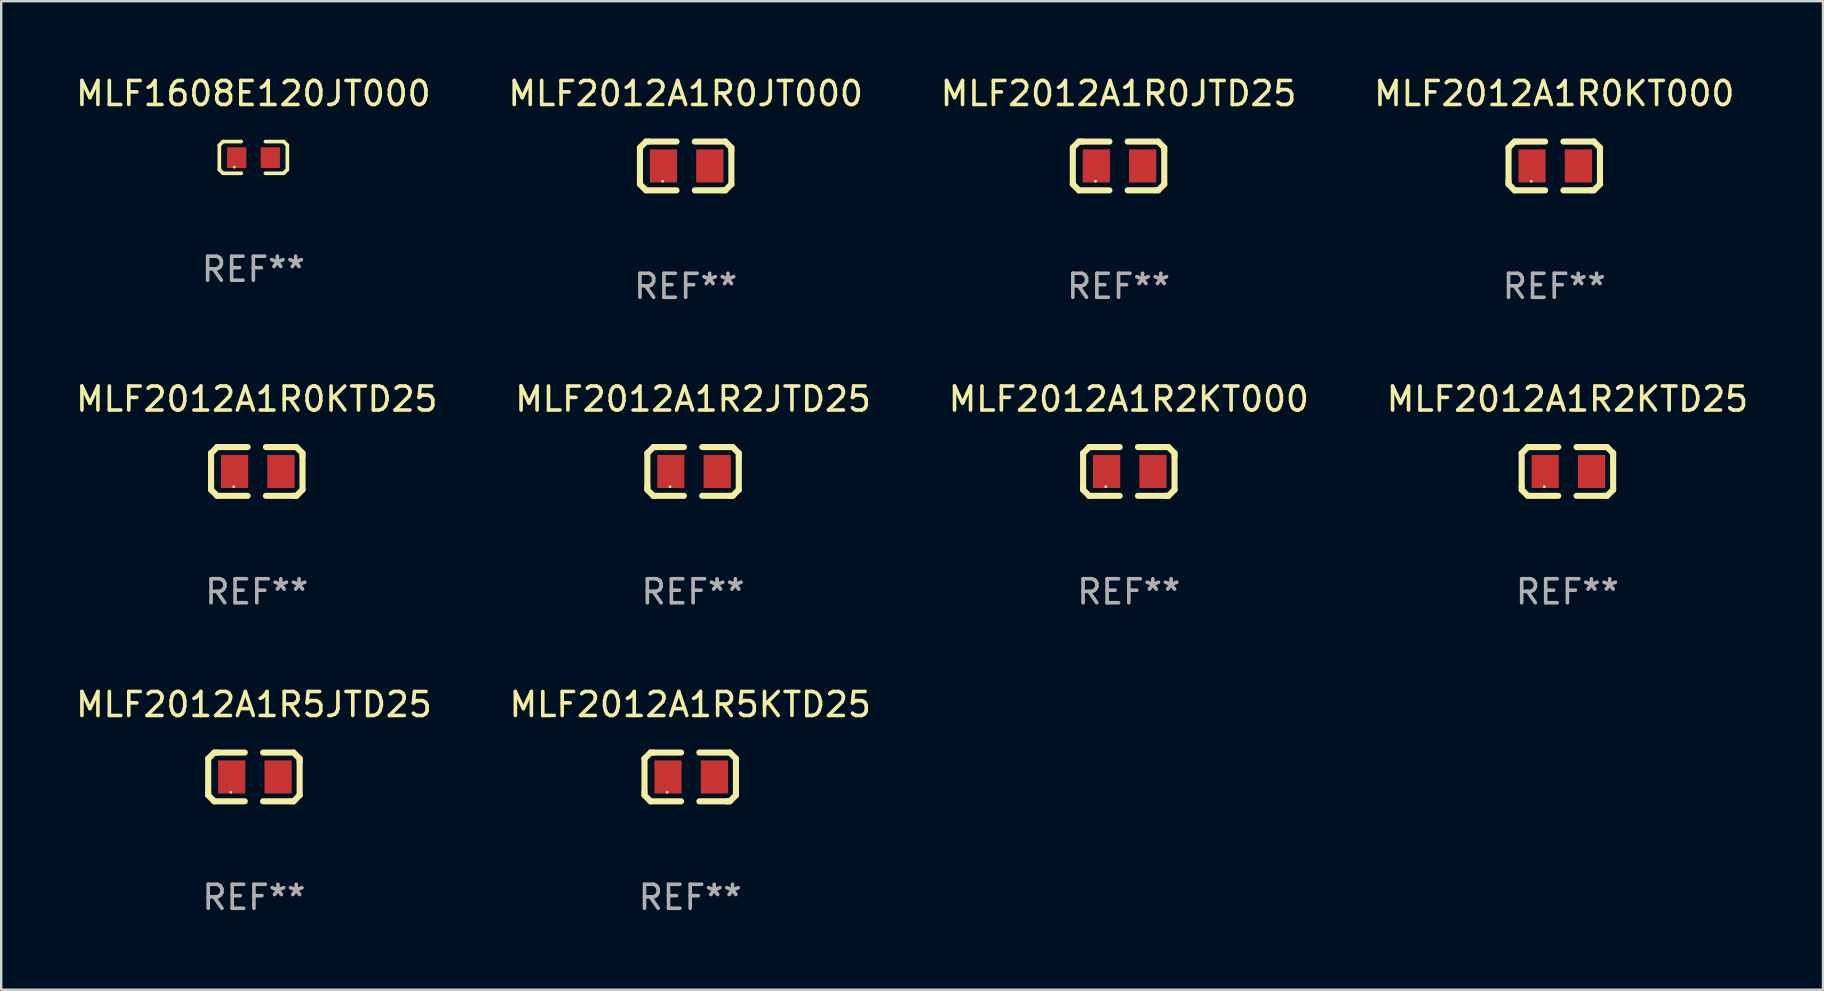
<source format=kicad_pcb>
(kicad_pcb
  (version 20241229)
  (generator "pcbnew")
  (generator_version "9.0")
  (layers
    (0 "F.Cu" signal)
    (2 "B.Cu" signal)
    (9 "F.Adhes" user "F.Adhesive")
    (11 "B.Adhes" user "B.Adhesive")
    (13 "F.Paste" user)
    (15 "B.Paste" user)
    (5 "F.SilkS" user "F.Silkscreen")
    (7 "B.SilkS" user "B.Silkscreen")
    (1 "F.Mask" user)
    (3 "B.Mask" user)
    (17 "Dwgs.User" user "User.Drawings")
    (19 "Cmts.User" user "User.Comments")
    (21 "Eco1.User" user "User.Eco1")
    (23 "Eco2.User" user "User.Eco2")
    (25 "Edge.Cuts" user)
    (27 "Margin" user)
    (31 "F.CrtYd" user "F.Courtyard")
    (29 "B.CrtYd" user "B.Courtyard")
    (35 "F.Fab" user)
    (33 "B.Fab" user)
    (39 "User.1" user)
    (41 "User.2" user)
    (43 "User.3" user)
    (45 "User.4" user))
  (footprint "MLF1608E120JT000"
    (layer "F.Cu")
    (at 7.506 3.509)
    (property "Reference" "MLF1608E120JT000" (at 0 -2.661 0) (layer "F.SilkS") (effects (font (size 1 1) (thickness 0.15))))
    (attr through_hole)
    (fp_line (start -1.417 -0.508) (end -1.265 -0.661) (stroke (width 0.152) (type solid)) (layer "F.SilkS"))
    (fp_line (start -1.417 0.508) (end -1.417 -0.508) (stroke (width 0.152) (type solid)) (layer "F.SilkS"))
    (fp_line (start -1.265 -0.661) (end -0.503 -0.661) (stroke (width 0.152) (type solid)) (layer "F.SilkS"))
    (fp_line (start -1.265 0.661) (end -1.417 0.508) (stroke (width 0.152) (type solid)) (layer "F.SilkS"))
    (fp_line (start -1.265 0.661) (end -0.503 0.661) (stroke (width 0.152) (type solid)) (layer "F.SilkS"))
    (fp_line (start 1.265 -0.661) (end 0.503 -0.661) (stroke (width 0.152) (type solid)) (layer "F.SilkS"))
    (fp_line (start 1.265 -0.661) (end 1.417 -0.508) (stroke (width 0.152) (type solid)) (layer "F.SilkS"))
    (fp_line (start 1.265 0.661) (end 0.503 0.661) (stroke (width 0.152) (type solid)) (layer "F.SilkS"))
    (fp_line (start 1.417 -0.508) (end 1.417 0.508) (stroke (width 0.152) (type solid)) (layer "F.SilkS"))
    (fp_line (start 1.417 0.508) (end 1.265 0.661) (stroke (width 0.152) (type solid)) (layer "F.SilkS"))
    (fp_circle (center -0.793 0.409) (end -0.763 0.409) (stroke (width 0.06) (type solid)) (fill no) (layer "F.SilkS"))
    (fp_text user "REF**" (at 0 4.661 0) (layer "F.Fab") (effects (font (size 1 1) (thickness 0.15))))
    (pad "1" smd rect (at -0.693 0.009 180) (size 0.8 0.864) (layers "F.Cu" "F.Mask" "F.Paste"))
    (pad "2" smd rect (at 0.707 0.009 180) (size 0.8 0.864) (layers "F.Cu" "F.Mask" "F.Paste")))
  (footprint "MLF2012A1R5JTD25"
    (layer "F.Cu")
    (at 7.53 29.321)
    (property "Reference" "MLF2012A1R5JTD25" (at 0 -3.016 0) (layer "F.SilkS") (effects (font (size 1 1) (thickness 0.15))))
    (attr through_hole)
    (fp_line (start -1.905 -0.762) (end -1.905 0.635) (stroke (width 0.254) (type solid)) (layer "F.SilkS"))
    (fp_line (start -1.905 0.635) (end -1.905 0.762) (stroke (width 0.254) (type solid)) (layer "F.SilkS"))
    (fp_line (start -1.905 0.762) (end -1.651 1.016) (stroke (width 0.254) (type solid)) (layer "F.SilkS"))
    (fp_line (start -1.651 -1.016) (end -1.905 -0.762) (stroke (width 0.254) (type solid)) (layer "F.SilkS"))
    (fp_line (start -1.651 1.016) (end -0.381 1.016) (stroke (width 0.254) (type solid)) (layer "F.SilkS"))
    (fp_line (start -1.524 -1.016) (end -1.651 -1.016) (stroke (width 0.254) (type solid)) (layer "F.SilkS"))
    (fp_line (start -0.381 -1.016) (end -1.524 -1.016) (stroke (width 0.254) (type solid)) (layer "F.SilkS"))
    (fp_line (start 0.381 1.016) (end 1.524 1.016) (stroke (width 0.254) (type solid)) (layer "F.SilkS"))
    (fp_line (start 1.524 1.016) (end 1.651 1.016) (stroke (width 0.254) (type solid)) (layer "F.SilkS"))
    (fp_line (start 1.651 -1.016) (end 0.381 -1.016) (stroke (width 0.254) (type solid)) (layer "F.SilkS"))
    (fp_line (start 1.651 1.016) (end 1.905 0.762) (stroke (width 0.254) (type solid)) (layer "F.SilkS"))
    (fp_line (start 1.905 -0.762) (end 1.651 -1.016) (stroke (width 0.254) (type solid)) (layer "F.SilkS"))
    (fp_line (start 1.905 -0.635) (end 1.905 -0.762) (stroke (width 0.254) (type solid)) (layer "F.SilkS"))
    (fp_line (start 1.905 0.762) (end 1.905 -0.635) (stroke (width 0.254) (type solid)) (layer "F.SilkS"))
    (fp_circle (center -0.96 0.637) (end -0.93 0.637) (stroke (width 0.06) (type solid)) (fill no) (layer "F.SilkS"))
    (fp_text user "REF**" (at 0 5.016 0) (layer "F.Fab") (effects (font (size 1 1) (thickness 0.15))))
    (pad "1" smd rect (at -0.926 -0.000051) (size 1.133 1.377) (layers "F.Cu" "F.Mask" "F.Paste"))
    (pad "2" smd rect (at 1.006 -0.000051) (size 1.133 1.377) (layers "F.Cu" "F.Mask" "F.Paste")))
  (footprint "MLF2012A1R0JTD25"
    (layer "F.Cu")
    (at 43.554 3.864)
    (property "Reference" "MLF2012A1R0JTD25" (at 0 -3.016 0) (layer "F.SilkS") (effects (font (size 1 1) (thickness 0.15))))
    (attr through_hole)
    (fp_line (start -1.905 -0.762) (end -1.905 0.635) (stroke (width 0.254) (type solid)) (layer "F.SilkS"))
    (fp_line (start -1.905 0.635) (end -1.905 0.762) (stroke (width 0.254) (type solid)) (layer "F.SilkS"))
    (fp_line (start -1.905 0.762) (end -1.651 1.016) (stroke (width 0.254) (type solid)) (layer "F.SilkS"))
    (fp_line (start -1.651 -1.016) (end -1.905 -0.762) (stroke (width 0.254) (type solid)) (layer "F.SilkS"))
    (fp_line (start -1.651 1.016) (end -0.381 1.016) (stroke (width 0.254) (type solid)) (layer "F.SilkS"))
    (fp_line (start -1.524 -1.016) (end -1.651 -1.016) (stroke (width 0.254) (type solid)) (layer "F.SilkS"))
    (fp_line (start -0.381 -1.016) (end -1.524 -1.016) (stroke (width 0.254) (type solid)) (layer "F.SilkS"))
    (fp_line (start 0.381 1.016) (end 1.524 1.016) (stroke (width 0.254) (type solid)) (layer "F.SilkS"))
    (fp_line (start 1.524 1.016) (end 1.651 1.016) (stroke (width 0.254) (type solid)) (layer "F.SilkS"))
    (fp_line (start 1.651 -1.016) (end 0.381 -1.016) (stroke (width 0.254) (type solid)) (layer "F.SilkS"))
    (fp_line (start 1.651 1.016) (end 1.905 0.762) (stroke (width 0.254) (type solid)) (layer "F.SilkS"))
    (fp_line (start 1.905 -0.762) (end 1.651 -1.016) (stroke (width 0.254) (type solid)) (layer "F.SilkS"))
    (fp_line (start 1.905 -0.635) (end 1.905 -0.762) (stroke (width 0.254) (type solid)) (layer "F.SilkS"))
    (fp_line (start 1.905 0.762) (end 1.905 -0.635) (stroke (width 0.254) (type solid)) (layer "F.SilkS"))
    (fp_circle (center -0.96 0.637) (end -0.93 0.637) (stroke (width 0.06) (type solid)) (fill no) (layer "F.SilkS"))
    (fp_text user "REF**" (at 0 5.016 0) (layer "F.Fab") (effects (font (size 1 1) (thickness 0.15))))
    (pad "1" smd rect (at -0.926 -0.000051) (size 1.133 1.377) (layers "F.Cu" "F.Mask" "F.Paste"))
    (pad "2" smd rect (at 1.006 -0.000051) (size 1.133 1.377) (layers "F.Cu" "F.Mask" "F.Paste")))
  (footprint "MLF2012A1R2KTD25"
    (layer "F.Cu")
    (at 62.256 16.593)
    (property "Reference" "MLF2012A1R2KTD25" (at 0 -3.016 0) (layer "F.SilkS") (effects (font (size 1 1) (thickness 0.15))))
    (attr through_hole)
    (fp_line (start -1.905 -0.762) (end -1.905 0.635) (stroke (width 0.254) (type solid)) (layer "F.SilkS"))
    (fp_line (start -1.905 0.635) (end -1.905 0.762) (stroke (width 0.254) (type solid)) (layer "F.SilkS"))
    (fp_line (start -1.905 0.762) (end -1.651 1.016) (stroke (width 0.254) (type solid)) (layer "F.SilkS"))
    (fp_line (start -1.651 -1.016) (end -1.905 -0.762) (stroke (width 0.254) (type solid)) (layer "F.SilkS"))
    (fp_line (start -1.651 1.016) (end -0.381 1.016) (stroke (width 0.254) (type solid)) (layer "F.SilkS"))
    (fp_line (start -1.524 -1.016) (end -1.651 -1.016) (stroke (width 0.254) (type solid)) (layer "F.SilkS"))
    (fp_line (start -0.381 -1.016) (end -1.524 -1.016) (stroke (width 0.254) (type solid)) (layer "F.SilkS"))
    (fp_line (start 0.381 1.016) (end 1.524 1.016) (stroke (width 0.254) (type solid)) (layer "F.SilkS"))
    (fp_line (start 1.524 1.016) (end 1.651 1.016) (stroke (width 0.254) (type solid)) (layer "F.SilkS"))
    (fp_line (start 1.651 -1.016) (end 0.381 -1.016) (stroke (width 0.254) (type solid)) (layer "F.SilkS"))
    (fp_line (start 1.651 1.016) (end 1.905 0.762) (stroke (width 0.254) (type solid)) (layer "F.SilkS"))
    (fp_line (start 1.905 -0.762) (end 1.651 -1.016) (stroke (width 0.254) (type solid)) (layer "F.SilkS"))
    (fp_line (start 1.905 -0.635) (end 1.905 -0.762) (stroke (width 0.254) (type solid)) (layer "F.SilkS"))
    (fp_line (start 1.905 0.762) (end 1.905 -0.635) (stroke (width 0.254) (type solid)) (layer "F.SilkS"))
    (fp_circle (center -0.96 0.637) (end -0.93 0.637) (stroke (width 0.06) (type solid)) (fill no) (layer "F.SilkS"))
    (fp_text user "REF**" (at 0 5.016 0) (layer "F.Fab") (effects (font (size 1 1) (thickness 0.15))))
    (pad "1" smd rect (at -0.926 -0.000051) (size 1.133 1.377) (layers "F.Cu" "F.Mask" "F.Paste"))
    (pad "2" smd rect (at 1.006 -0.000051) (size 1.133 1.377) (layers "F.Cu" "F.Mask" "F.Paste")))
  (footprint "MLF2012A1R2JTD25"
    (layer "F.Cu")
    (at 25.827 16.593)
    (property "Reference" "MLF2012A1R2JTD25" (at 0 -3.016 0) (layer "F.SilkS") (effects (font (size 1 1) (thickness 0.15))))
    (attr through_hole)
    (fp_line (start -1.905 -0.762) (end -1.905 0.635) (stroke (width 0.254) (type solid)) (layer "F.SilkS"))
    (fp_line (start -1.905 0.635) (end -1.905 0.762) (stroke (width 0.254) (type solid)) (layer "F.SilkS"))
    (fp_line (start -1.905 0.762) (end -1.651 1.016) (stroke (width 0.254) (type solid)) (layer "F.SilkS"))
    (fp_line (start -1.651 -1.016) (end -1.905 -0.762) (stroke (width 0.254) (type solid)) (layer "F.SilkS"))
    (fp_line (start -1.651 1.016) (end -0.381 1.016) (stroke (width 0.254) (type solid)) (layer "F.SilkS"))
    (fp_line (start -1.524 -1.016) (end -1.651 -1.016) (stroke (width 0.254) (type solid)) (layer "F.SilkS"))
    (fp_line (start -0.381 -1.016) (end -1.524 -1.016) (stroke (width 0.254) (type solid)) (layer "F.SilkS"))
    (fp_line (start 0.381 1.016) (end 1.524 1.016) (stroke (width 0.254) (type solid)) (layer "F.SilkS"))
    (fp_line (start 1.524 1.016) (end 1.651 1.016) (stroke (width 0.254) (type solid)) (layer "F.SilkS"))
    (fp_line (start 1.651 -1.016) (end 0.381 -1.016) (stroke (width 0.254) (type solid)) (layer "F.SilkS"))
    (fp_line (start 1.651 1.016) (end 1.905 0.762) (stroke (width 0.254) (type solid)) (layer "F.SilkS"))
    (fp_line (start 1.905 -0.762) (end 1.651 -1.016) (stroke (width 0.254) (type solid)) (layer "F.SilkS"))
    (fp_line (start 1.905 -0.635) (end 1.905 -0.762) (stroke (width 0.254) (type solid)) (layer "F.SilkS"))
    (fp_line (start 1.905 0.762) (end 1.905 -0.635) (stroke (width 0.254) (type solid)) (layer "F.SilkS"))
    (fp_circle (center -0.96 0.637) (end -0.93 0.637) (stroke (width 0.06) (type solid)) (fill no) (layer "F.SilkS"))
    (fp_text user "REF**" (at 0 5.016 0) (layer "F.Fab") (effects (font (size 1 1) (thickness 0.15))))
    (pad "1" smd rect (at -0.926 -0.000051) (size 1.133 1.377) (layers "F.Cu" "F.Mask" "F.Paste"))
    (pad "2" smd rect (at 1.006 -0.000051) (size 1.133 1.377) (layers "F.Cu" "F.Mask" "F.Paste")))
  (footprint "MLF2012A1R2KT000"
    (layer "F.Cu")
    (at 43.982 16.593)
    (property "Reference" "MLF2012A1R2KT000" (at 0 -3.016 0) (layer "F.SilkS") (effects (font (size 1 1) (thickness 0.15))))
    (attr through_hole)
    (fp_line (start -1.905 -0.762) (end -1.905 0.635) (stroke (width 0.254) (type solid)) (layer "F.SilkS"))
    (fp_line (start -1.905 0.635) (end -1.905 0.762) (stroke (width 0.254) (type solid)) (layer "F.SilkS"))
    (fp_line (start -1.905 0.762) (end -1.651 1.016) (stroke (width 0.254) (type solid)) (layer "F.SilkS"))
    (fp_line (start -1.651 -1.016) (end -1.905 -0.762) (stroke (width 0.254) (type solid)) (layer "F.SilkS"))
    (fp_line (start -1.651 1.016) (end -0.381 1.016) (stroke (width 0.254) (type solid)) (layer "F.SilkS"))
    (fp_line (start -1.524 -1.016) (end -1.651 -1.016) (stroke (width 0.254) (type solid)) (layer "F.SilkS"))
    (fp_line (start -0.381 -1.016) (end -1.524 -1.016) (stroke (width 0.254) (type solid)) (layer "F.SilkS"))
    (fp_line (start 0.381 1.016) (end 1.524 1.016) (stroke (width 0.254) (type solid)) (layer "F.SilkS"))
    (fp_line (start 1.524 1.016) (end 1.651 1.016) (stroke (width 0.254) (type solid)) (layer "F.SilkS"))
    (fp_line (start 1.651 -1.016) (end 0.381 -1.016) (stroke (width 0.254) (type solid)) (layer "F.SilkS"))
    (fp_line (start 1.651 1.016) (end 1.905 0.762) (stroke (width 0.254) (type solid)) (layer "F.SilkS"))
    (fp_line (start 1.905 -0.762) (end 1.651 -1.016) (stroke (width 0.254) (type solid)) (layer "F.SilkS"))
    (fp_line (start 1.905 -0.635) (end 1.905 -0.762) (stroke (width 0.254) (type solid)) (layer "F.SilkS"))
    (fp_line (start 1.905 0.762) (end 1.905 -0.635) (stroke (width 0.254) (type solid)) (layer "F.SilkS"))
    (fp_circle (center -0.96 0.637) (end -0.93 0.637) (stroke (width 0.06) (type solid)) (fill no) (layer "F.SilkS"))
    (fp_text user "REF**" (at 0 5.016 0) (layer "F.Fab") (effects (font (size 1 1) (thickness 0.15))))
    (pad "1" smd rect (at -0.926 -0.000051) (size 1.133 1.377) (layers "F.Cu" "F.Mask" "F.Paste"))
    (pad "2" smd rect (at 1.006 -0.000051) (size 1.133 1.377) (layers "F.Cu" "F.Mask" "F.Paste")))
  (footprint "MLF2012A1R0JT000"
    (layer "F.Cu")
    (at 25.518 3.864)
    (property "Reference" "MLF2012A1R0JT000" (at 0 -3.016 0) (layer "F.SilkS") (effects (font (size 1 1) (thickness 0.15))))
    (attr through_hole)
    (fp_line (start -1.905 -0.762) (end -1.905 0.635) (stroke (width 0.254) (type solid)) (layer "F.SilkS"))
    (fp_line (start -1.905 0.635) (end -1.905 0.762) (stroke (width 0.254) (type solid)) (layer "F.SilkS"))
    (fp_line (start -1.905 0.762) (end -1.651 1.016) (stroke (width 0.254) (type solid)) (layer "F.SilkS"))
    (fp_line (start -1.651 -1.016) (end -1.905 -0.762) (stroke (width 0.254) (type solid)) (layer "F.SilkS"))
    (fp_line (start -1.651 1.016) (end -0.381 1.016) (stroke (width 0.254) (type solid)) (layer "F.SilkS"))
    (fp_line (start -1.524 -1.016) (end -1.651 -1.016) (stroke (width 0.254) (type solid)) (layer "F.SilkS"))
    (fp_line (start -0.381 -1.016) (end -1.524 -1.016) (stroke (width 0.254) (type solid)) (layer "F.SilkS"))
    (fp_line (start 0.381 1.016) (end 1.524 1.016) (stroke (width 0.254) (type solid)) (layer "F.SilkS"))
    (fp_line (start 1.524 1.016) (end 1.651 1.016) (stroke (width 0.254) (type solid)) (layer "F.SilkS"))
    (fp_line (start 1.651 -1.016) (end 0.381 -1.016) (stroke (width 0.254) (type solid)) (layer "F.SilkS"))
    (fp_line (start 1.651 1.016) (end 1.905 0.762) (stroke (width 0.254) (type solid)) (layer "F.SilkS"))
    (fp_line (start 1.905 -0.762) (end 1.651 -1.016) (stroke (width 0.254) (type solid)) (layer "F.SilkS"))
    (fp_line (start 1.905 -0.635) (end 1.905 -0.762) (stroke (width 0.254) (type solid)) (layer "F.SilkS"))
    (fp_line (start 1.905 0.762) (end 1.905 -0.635) (stroke (width 0.254) (type solid)) (layer "F.SilkS"))
    (fp_circle (center -0.96 0.637) (end -0.93 0.637) (stroke (width 0.06) (type solid)) (fill no) (layer "F.SilkS"))
    (fp_text user "REF**" (at 0 5.016 0) (layer "F.Fab") (effects (font (size 1 1) (thickness 0.15))))
    (pad "1" smd rect (at -0.926 -0.000051) (size 1.133 1.377) (layers "F.Cu" "F.Mask" "F.Paste"))
    (pad "2" smd rect (at 1.006 -0.000051) (size 1.133 1.377) (layers "F.Cu" "F.Mask" "F.Paste")))
  (footprint "MLF2012A1R0KT000"
    (layer "F.Cu")
    (at 61.708 3.864)
    (property "Reference" "MLF2012A1R0KT000" (at 0 -3.016 0) (layer "F.SilkS") (effects (font (size 1 1) (thickness 0.15))))
    (attr through_hole)
    (fp_line (start -1.905 -0.762) (end -1.905 0.635) (stroke (width 0.254) (type solid)) (layer "F.SilkS"))
    (fp_line (start -1.905 0.635) (end -1.905 0.762) (stroke (width 0.254) (type solid)) (layer "F.SilkS"))
    (fp_line (start -1.905 0.762) (end -1.651 1.016) (stroke (width 0.254) (type solid)) (layer "F.SilkS"))
    (fp_line (start -1.651 -1.016) (end -1.905 -0.762) (stroke (width 0.254) (type solid)) (layer "F.SilkS"))
    (fp_line (start -1.651 1.016) (end -0.381 1.016) (stroke (width 0.254) (type solid)) (layer "F.SilkS"))
    (fp_line (start -1.524 -1.016) (end -1.651 -1.016) (stroke (width 0.254) (type solid)) (layer "F.SilkS"))
    (fp_line (start -0.381 -1.016) (end -1.524 -1.016) (stroke (width 0.254) (type solid)) (layer "F.SilkS"))
    (fp_line (start 0.381 1.016) (end 1.524 1.016) (stroke (width 0.254) (type solid)) (layer "F.SilkS"))
    (fp_line (start 1.524 1.016) (end 1.651 1.016) (stroke (width 0.254) (type solid)) (layer "F.SilkS"))
    (fp_line (start 1.651 -1.016) (end 0.381 -1.016) (stroke (width 0.254) (type solid)) (layer "F.SilkS"))
    (fp_line (start 1.651 1.016) (end 1.905 0.762) (stroke (width 0.254) (type solid)) (layer "F.SilkS"))
    (fp_line (start 1.905 -0.762) (end 1.651 -1.016) (stroke (width 0.254) (type solid)) (layer "F.SilkS"))
    (fp_line (start 1.905 -0.635) (end 1.905 -0.762) (stroke (width 0.254) (type solid)) (layer "F.SilkS"))
    (fp_line (start 1.905 0.762) (end 1.905 -0.635) (stroke (width 0.254) (type solid)) (layer "F.SilkS"))
    (fp_circle (center -0.96 0.637) (end -0.93 0.637) (stroke (width 0.06) (type solid)) (fill no) (layer "F.SilkS"))
    (fp_text user "REF**" (at 0 5.016 0) (layer "F.Fab") (effects (font (size 1 1) (thickness 0.15))))
    (pad "1" smd rect (at -0.926 -0.000051) (size 1.133 1.377) (layers "F.Cu" "F.Mask" "F.Paste"))
    (pad "2" smd rect (at 1.006 -0.000051) (size 1.133 1.377) (layers "F.Cu" "F.Mask" "F.Paste")))
  (footprint "MLF2012A1R0KTD25"
    (layer "F.Cu")
    (at 7.649 16.593)
    (property "Reference" "MLF2012A1R0KTD25" (at 0 -3.016 0) (layer "F.SilkS") (effects (font (size 1 1) (thickness 0.15))))
    (attr through_hole)
    (fp_line (start -1.905 -0.762) (end -1.905 0.635) (stroke (width 0.254) (type solid)) (layer "F.SilkS"))
    (fp_line (start -1.905 0.635) (end -1.905 0.762) (stroke (width 0.254) (type solid)) (layer "F.SilkS"))
    (fp_line (start -1.905 0.762) (end -1.651 1.016) (stroke (width 0.254) (type solid)) (layer "F.SilkS"))
    (fp_line (start -1.651 -1.016) (end -1.905 -0.762) (stroke (width 0.254) (type solid)) (layer "F.SilkS"))
    (fp_line (start -1.651 1.016) (end -0.381 1.016) (stroke (width 0.254) (type solid)) (layer "F.SilkS"))
    (fp_line (start -1.524 -1.016) (end -1.651 -1.016) (stroke (width 0.254) (type solid)) (layer "F.SilkS"))
    (fp_line (start -0.381 -1.016) (end -1.524 -1.016) (stroke (width 0.254) (type solid)) (layer "F.SilkS"))
    (fp_line (start 0.381 1.016) (end 1.524 1.016) (stroke (width 0.254) (type solid)) (layer "F.SilkS"))
    (fp_line (start 1.524 1.016) (end 1.651 1.016) (stroke (width 0.254) (type solid)) (layer "F.SilkS"))
    (fp_line (start 1.651 -1.016) (end 0.381 -1.016) (stroke (width 0.254) (type solid)) (layer "F.SilkS"))
    (fp_line (start 1.651 1.016) (end 1.905 0.762) (stroke (width 0.254) (type solid)) (layer "F.SilkS"))
    (fp_line (start 1.905 -0.762) (end 1.651 -1.016) (stroke (width 0.254) (type solid)) (layer "F.SilkS"))
    (fp_line (start 1.905 -0.635) (end 1.905 -0.762) (stroke (width 0.254) (type solid)) (layer "F.SilkS"))
    (fp_line (start 1.905 0.762) (end 1.905 -0.635) (stroke (width 0.254) (type solid)) (layer "F.SilkS"))
    (fp_circle (center -0.96 0.637) (end -0.93 0.637) (stroke (width 0.06) (type solid)) (fill no) (layer "F.SilkS"))
    (fp_text user "REF**" (at 0 5.016 0) (layer "F.Fab") (effects (font (size 1 1) (thickness 0.15))))
    (pad "1" smd rect (at -0.926 -0.000051) (size 1.133 1.377) (layers "F.Cu" "F.Mask" "F.Paste"))
    (pad "2" smd rect (at 1.006 -0.000051) (size 1.133 1.377) (layers "F.Cu" "F.Mask" "F.Paste")))
  (footprint "MLF2012A1R5KTD25"
    (layer "F.Cu")
    (at 25.708 29.321)
    (property "Reference" "MLF2012A1R5KTD25" (at 0 -3.016 0) (layer "F.SilkS") (effects (font (size 1 1) (thickness 0.15))))
    (attr through_hole)
    (fp_line (start -1.905 -0.762) (end -1.905 0.635) (stroke (width 0.254) (type solid)) (layer "F.SilkS"))
    (fp_line (start -1.905 0.635) (end -1.905 0.762) (stroke (width 0.254) (type solid)) (layer "F.SilkS"))
    (fp_line (start -1.905 0.762) (end -1.651 1.016) (stroke (width 0.254) (type solid)) (layer "F.SilkS"))
    (fp_line (start -1.651 -1.016) (end -1.905 -0.762) (stroke (width 0.254) (type solid)) (layer "F.SilkS"))
    (fp_line (start -1.651 1.016) (end -0.381 1.016) (stroke (width 0.254) (type solid)) (layer "F.SilkS"))
    (fp_line (start -1.524 -1.016) (end -1.651 -1.016) (stroke (width 0.254) (type solid)) (layer "F.SilkS"))
    (fp_line (start -0.381 -1.016) (end -1.524 -1.016) (stroke (width 0.254) (type solid)) (layer "F.SilkS"))
    (fp_line (start 0.381 1.016) (end 1.524 1.016) (stroke (width 0.254) (type solid)) (layer "F.SilkS"))
    (fp_line (start 1.524 1.016) (end 1.651 1.016) (stroke (width 0.254) (type solid)) (layer "F.SilkS"))
    (fp_line (start 1.651 -1.016) (end 0.381 -1.016) (stroke (width 0.254) (type solid)) (layer "F.SilkS"))
    (fp_line (start 1.651 1.016) (end 1.905 0.762) (stroke (width 0.254) (type solid)) (layer "F.SilkS"))
    (fp_line (start 1.905 -0.762) (end 1.651 -1.016) (stroke (width 0.254) (type solid)) (layer "F.SilkS"))
    (fp_line (start 1.905 -0.635) (end 1.905 -0.762) (stroke (width 0.254) (type solid)) (layer "F.SilkS"))
    (fp_line (start 1.905 0.762) (end 1.905 -0.635) (stroke (width 0.254) (type solid)) (layer "F.SilkS"))
    (fp_circle (center -0.96 0.637) (end -0.93 0.637) (stroke (width 0.06) (type solid)) (fill no) (layer "F.SilkS"))
    (fp_text user "REF**" (at 0 5.016 0) (layer "F.Fab") (effects (font (size 1 1) (thickness 0.15))))
    (pad "1" smd rect (at -0.926 -0.000051) (size 1.133 1.377) (layers "F.Cu" "F.Mask" "F.Paste"))
    (pad "2" smd rect (at 1.006 -0.000051) (size 1.133 1.377) (layers "F.Cu" "F.Mask" "F.Paste")))
  (gr_rect
    (start -3 -3)
    (end 72.905 38.186)
    (stroke (width 0.1) (type default))
    (fill no)
    (layer "Edge.Cuts")))
</source>
